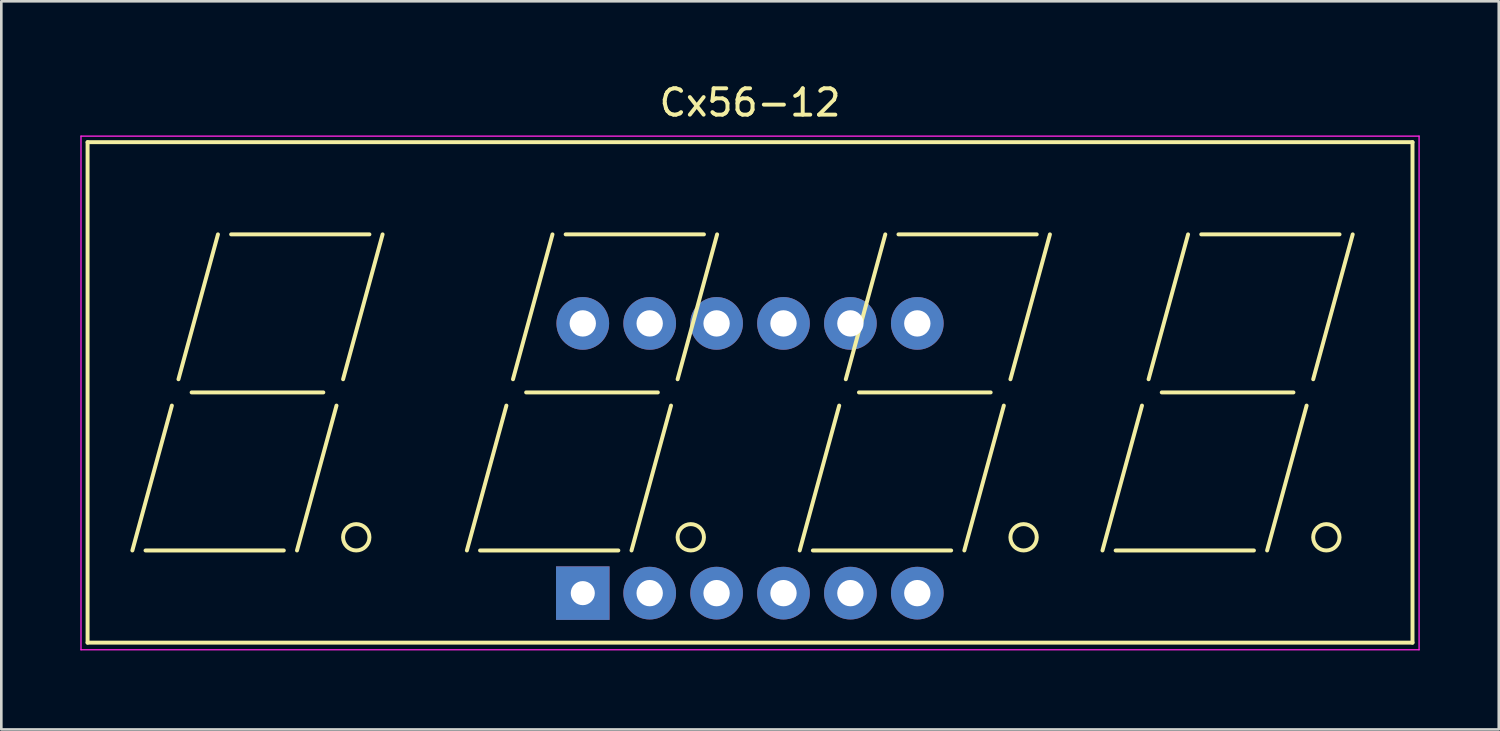
<source format=kicad_pcb>
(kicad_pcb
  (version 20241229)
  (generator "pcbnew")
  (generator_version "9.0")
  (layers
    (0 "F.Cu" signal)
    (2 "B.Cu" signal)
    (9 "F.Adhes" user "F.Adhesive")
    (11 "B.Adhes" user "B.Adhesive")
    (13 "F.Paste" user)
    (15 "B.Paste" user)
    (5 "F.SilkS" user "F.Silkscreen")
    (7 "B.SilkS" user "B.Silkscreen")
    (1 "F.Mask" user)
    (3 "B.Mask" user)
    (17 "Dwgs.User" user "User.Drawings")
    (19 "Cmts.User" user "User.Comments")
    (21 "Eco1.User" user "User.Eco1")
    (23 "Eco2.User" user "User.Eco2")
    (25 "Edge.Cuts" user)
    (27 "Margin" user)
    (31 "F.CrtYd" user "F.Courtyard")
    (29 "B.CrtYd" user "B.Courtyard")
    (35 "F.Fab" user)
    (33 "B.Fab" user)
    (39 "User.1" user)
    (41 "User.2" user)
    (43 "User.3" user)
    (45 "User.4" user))
  (footprint "Cx56-12"
    (layer "F.Cu")
    (at 19.075 19.468)
    (property "Reference" "Cx56-12" (at 6.35 -18.62 0) (layer "F.SilkS") (effects (font (size 1 1) (thickness 0.15))))
    (attr through_hole)
    (fp_line (start -18.8 -17.12) (end 31.5 -17.12) (stroke (width 0.15) (type solid)) (layer "F.SilkS"))
    (fp_line (start -18.8 1.88) (end -18.8 -17.12) (stroke (width 0.15) (type solid)) (layer "F.SilkS"))
    (fp_line (start -17.1 -1.62) (end -15.6 -7.12) (stroke (width 0.15) (type solid)) (layer "F.SilkS"))
    (fp_line (start -16.6 -1.62) (end -11.35 -1.62) (stroke (width 0.15) (type solid)) (layer "F.SilkS"))
    (fp_line (start -15.35 -8.12) (end -13.85 -13.62) (stroke (width 0.15) (type solid)) (layer "F.SilkS"))
    (fp_line (start -14.85 -7.62) (end -9.85 -7.62) (stroke (width 0.15) (type solid)) (layer "F.SilkS"))
    (fp_line (start -13.35 -13.62) (end -8.1 -13.62) (stroke (width 0.15) (type solid)) (layer "F.SilkS"))
    (fp_line (start -10.85 -1.62) (end -9.35 -7.12) (stroke (width 0.15) (type solid)) (layer "F.SilkS"))
    (fp_line (start -9.1 -8.12) (end -7.6 -13.62) (stroke (width 0.15) (type solid)) (layer "F.SilkS"))
    (fp_line (start -4.4 -1.62) (end -2.9 -7.12) (stroke (width 0.15) (type solid)) (layer "F.SilkS"))
    (fp_line (start -3.9 -1.62) (end 1.35 -1.62) (stroke (width 0.15) (type solid)) (layer "F.SilkS"))
    (fp_line (start -2.65 -8.12) (end -1.15 -13.62) (stroke (width 0.15) (type solid)) (layer "F.SilkS"))
    (fp_line (start -2.15 -7.62) (end 2.85 -7.62) (stroke (width 0.15) (type solid)) (layer "F.SilkS"))
    (fp_line (start -0.65 -13.62) (end 4.6 -13.62) (stroke (width 0.15) (type solid)) (layer "F.SilkS"))
    (fp_line (start 1.85 -1.62) (end 3.35 -7.12) (stroke (width 0.15) (type solid)) (layer "F.SilkS"))
    (fp_line (start 3.6 -8.12) (end 5.1 -13.62) (stroke (width 0.15) (type solid)) (layer "F.SilkS"))
    (fp_line (start 8.235 -1.62) (end 9.735 -7.12) (stroke (width 0.15) (type solid)) (layer "F.SilkS"))
    (fp_line (start 8.735 -1.62) (end 13.985 -1.62) (stroke (width 0.15) (type solid)) (layer "F.SilkS"))
    (fp_line (start 9.985 -8.12) (end 11.485 -13.62) (stroke (width 0.15) (type solid)) (layer "F.SilkS"))
    (fp_line (start 10.485 -7.62) (end 15.485 -7.62) (stroke (width 0.15) (type solid)) (layer "F.SilkS"))
    (fp_line (start 11.985 -13.62) (end 17.235 -13.62) (stroke (width 0.15) (type solid)) (layer "F.SilkS"))
    (fp_line (start 14.485 -1.62) (end 15.985 -7.12) (stroke (width 0.15) (type solid)) (layer "F.SilkS"))
    (fp_line (start 16.235 -8.12) (end 17.735 -13.62) (stroke (width 0.15) (type solid)) (layer "F.SilkS"))
    (fp_line (start 19.73 -1.62) (end 21.23 -7.12) (stroke (width 0.15) (type solid)) (layer "F.SilkS"))
    (fp_line (start 20.23 -1.62) (end 25.48 -1.62) (stroke (width 0.15) (type solid)) (layer "F.SilkS"))
    (fp_line (start 21.48 -8.12) (end 22.98 -13.62) (stroke (width 0.15) (type solid)) (layer "F.SilkS"))
    (fp_line (start 21.98 -7.62) (end 26.98 -7.62) (stroke (width 0.15) (type solid)) (layer "F.SilkS"))
    (fp_line (start 23.48 -13.62) (end 28.73 -13.62) (stroke (width 0.15) (type solid)) (layer "F.SilkS"))
    (fp_line (start 25.98 -1.62) (end 27.48 -7.12) (stroke (width 0.15) (type solid)) (layer "F.SilkS"))
    (fp_line (start 27.73 -8.12) (end 29.23 -13.62) (stroke (width 0.15) (type solid)) (layer "F.SilkS"))
    (fp_line (start 31.5 -17.12) (end 31.5 1.88) (stroke (width 0.15) (type solid)) (layer "F.SilkS"))
    (fp_line (start 31.5 1.88) (end -18.8 1.88) (stroke (width 0.15) (type solid)) (layer "F.SilkS"))
    (fp_circle (center -8.6 -2.12) (end -8.6 -1.62) (stroke (width 0.15) (type solid)) (fill no) (layer "F.SilkS"))
    (fp_circle (center 4.1 -2.12) (end 4.1 -1.62) (stroke (width 0.15) (type solid)) (fill no) (layer "F.SilkS"))
    (fp_circle (center 16.735 -2.12) (end 16.735 -1.62) (stroke (width 0.15) (type solid)) (fill no) (layer "F.SilkS"))
    (fp_circle (center 28.23 -2.12) (end 28.23 -1.62) (stroke (width 0.15) (type solid)) (fill no) (layer "F.SilkS"))
    (fp_line (start -19.05 -17.35) (end 31.75 -17.35) (stroke (width 0.05) (type solid)) (layer "F.CrtYd"))
    (fp_line (start -19.05 2.15) (end -19.05 -17.35) (stroke (width 0.05) (type solid)) (layer "F.CrtYd"))
    (fp_line (start 31.75 -17.35) (end 31.75 2.15) (stroke (width 0.05) (type solid)) (layer "F.CrtYd"))
    (fp_line (start 31.75 2.15) (end -19.05 2.15) (stroke (width 0.05) (type solid)) (layer "F.CrtYd"))
    (pad "1" thru_hole rect (at 0 0) (size 2.032 2.032) (drill 0.914) (layers "*.Cu" "*.Mask"))
    (pad "2" thru_hole circle (at 2.54 0) (size 2 2) (drill 1) (layers "*.Cu" "*.Mask"))
    (pad "3" thru_hole circle (at 5.08 0) (size 2 2) (drill 1) (layers "*.Cu" "*.Mask"))
    (pad "4" thru_hole circle (at 7.62 0) (size 2 2) (drill 1) (layers "*.Cu" "*.Mask"))
    (pad "5" thru_hole circle (at 10.16 0) (size 2 2) (drill 1) (layers "*.Cu" "*.Mask"))
    (pad "6" thru_hole circle (at 12.7 0) (size 2 2) (drill 1) (layers "*.Cu" "*.Mask"))
    (pad "7" thru_hole circle (at 12.7 -10.24) (size 2 2) (drill 1) (layers "*.Cu" "*.Mask"))
    (pad "8" thru_hole circle (at 10.16 -10.24) (size 2 2) (drill 1) (layers "*.Cu" "*.Mask"))
    (pad "9" thru_hole circle (at 7.62 -10.24) (size 2 2) (drill 1) (layers "*.Cu" "*.Mask"))
    (pad "10" thru_hole circle (at 5.08 -10.24) (size 2 2) (drill 1) (layers "*.Cu" "*.Mask"))
    (pad "11" thru_hole circle (at 2.54 -10.24) (size 2 2) (drill 1) (layers "*.Cu" "*.Mask"))
    (pad "12" thru_hole circle (at 0 -10.24) (size 2 2) (drill 1) (layers "*.Cu" "*.Mask")))
  (gr_rect
    (start -3 -3)
    (end 53.85 24.643)
    (stroke (width 0.1) (type default))
    (fill no)
    (layer "Edge.Cuts")))
</source>
